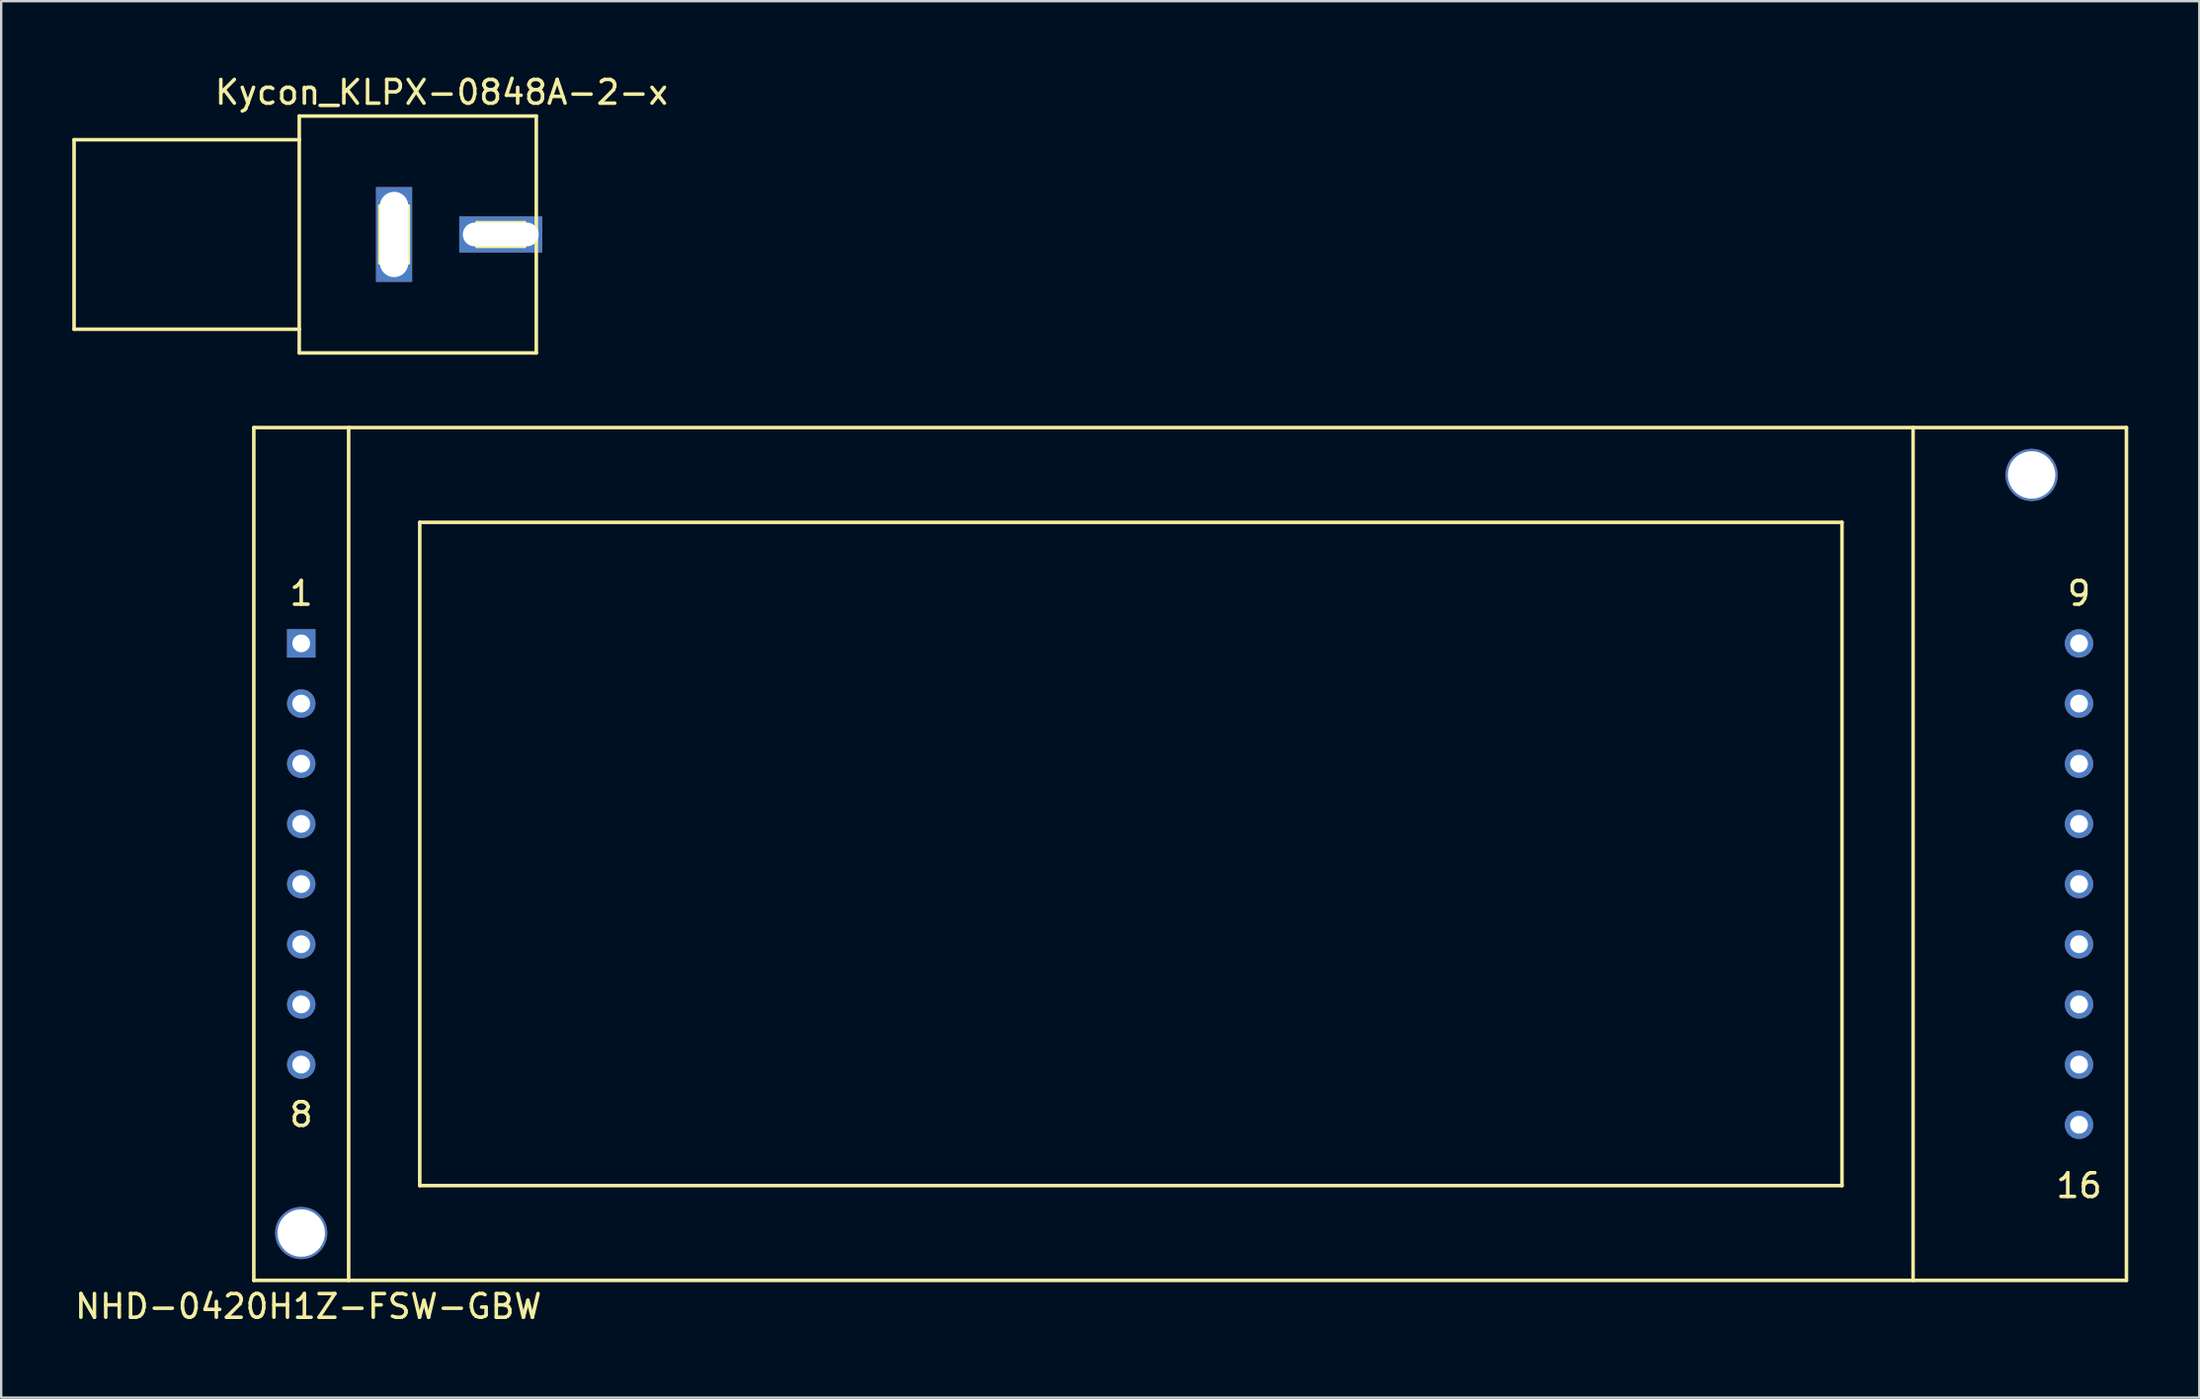
<source format=kicad_pcb>
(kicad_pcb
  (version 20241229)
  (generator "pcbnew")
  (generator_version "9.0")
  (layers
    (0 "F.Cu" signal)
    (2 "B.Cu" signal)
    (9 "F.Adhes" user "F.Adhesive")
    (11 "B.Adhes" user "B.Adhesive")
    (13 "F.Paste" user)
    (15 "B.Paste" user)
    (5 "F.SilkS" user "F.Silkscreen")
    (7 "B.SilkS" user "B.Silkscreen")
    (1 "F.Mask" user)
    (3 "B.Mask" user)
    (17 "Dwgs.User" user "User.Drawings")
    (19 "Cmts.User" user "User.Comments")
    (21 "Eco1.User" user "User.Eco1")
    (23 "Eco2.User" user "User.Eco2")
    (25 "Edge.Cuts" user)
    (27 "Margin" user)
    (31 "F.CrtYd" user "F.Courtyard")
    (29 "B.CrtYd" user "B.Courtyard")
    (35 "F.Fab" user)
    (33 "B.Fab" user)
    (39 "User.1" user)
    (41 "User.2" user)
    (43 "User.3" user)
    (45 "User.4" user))
  (footprint "Kycon_KLPX-0848A-2-x"
    (layer "F.Cu")
    (at 9.575 6.848)
    (property "Reference" "Kycon_KLPX-0848A-2-x" (at 6 -6 180) (layer "F.SilkS") (effects (font (size 1 1) (thickness 0.15))))
    (attr through_hole)
    (fp_line (start -9.5 -4) (end -9.5 4) (stroke (width 0.15) (type solid)) (layer "F.SilkS"))
    (fp_line (start -9.5 4) (end 0 4) (stroke (width 0.15) (type solid)) (layer "F.SilkS"))
    (fp_line (start 0 -5) (end 10 -5) (stroke (width 0.15) (type solid)) (layer "F.SilkS"))
    (fp_line (start 0 -4) (end -9.5 -4) (stroke (width 0.15) (type solid)) (layer "F.SilkS"))
    (fp_line (start 0 -4) (end 0 -5) (stroke (width 0.15) (type solid)) (layer "F.SilkS"))
    (fp_line (start 0 4) (end 0 -4) (stroke (width 0.15) (type solid)) (layer "F.SilkS"))
    (fp_line (start 0 5) (end 0 4) (stroke (width 0.15) (type solid)) (layer "F.SilkS"))
    (fp_line (start 3.4 -1.2) (end 3.4 1.2) (stroke (width 0.15) (type solid)) (layer "F.SilkS"))
    (fp_line (start 3.4 1.2) (end 4.6 1.2) (stroke (width 0.15) (type solid)) (layer "F.SilkS"))
    (fp_line (start 4.6 -1.2) (end 3.4 -1.2) (stroke (width 0.15) (type solid)) (layer "F.SilkS"))
    (fp_line (start 4.6 -1.2) (end 4.6 1.2) (stroke (width 0.15) (type solid)) (layer "F.SilkS"))
    (fp_line (start 7.5 -0.5) (end 7.5 0.5) (stroke (width 0.15) (type solid)) (layer "F.SilkS"))
    (fp_line (start 7.5 0.5) (end 9.5 0.5) (stroke (width 0.15) (type solid)) (layer "F.SilkS"))
    (fp_line (start 9.5 -0.5) (end 7.5 -0.5) (stroke (width 0.15) (type solid)) (layer "F.SilkS"))
    (fp_line (start 9.5 0.5) (end 9.5 -0.5) (stroke (width 0.15) (type solid)) (layer "F.SilkS"))
    (fp_line (start 10 -5) (end 10 5) (stroke (width 0.15) (type solid)) (layer "F.SilkS"))
    (fp_line (start 10 5) (end 0 5) (stroke (width 0.15) (type solid)) (layer "F.SilkS"))
    (pad "1" thru_hole rect (at 8.5 0) (size 3.5 1.524) (drill oval 3.2 1) (layers "*.Cu" "*.Mask"))
    (pad "2" thru_hole rect (at 4 0) (size 1.524 4) (drill oval 1.2 3.6) (layers "*.Cu" "*.Mask")))
  (footprint "NHD-0420H1Z-FSW-GBW"
    (layer "F.Cu")
    (at 7.658 50.998)
    (property "Reference" "NHD-0420H1Z-FSW-GBW" (at 2.3 1.1 0) (layer "F.SilkS") (effects (font (size 1 1) (thickness 0.15))))
    (attr through_hole)
    (fp_line (start 0 -36) (end 79 -36) (stroke (width 0.15) (type solid)) (layer "F.SilkS"))
    (fp_line (start 0 0) (end 0 -36) (stroke (width 0.15) (type solid)) (layer "F.SilkS"))
    (fp_line (start 4 0) (end 4 -36) (stroke (width 0.15) (type solid)) (layer "F.SilkS"))
    (fp_line (start 7 -32) (end 67 -32) (stroke (width 0.15) (type solid)) (layer "F.SilkS"))
    (fp_line (start 7 -4) (end 7 -32) (stroke (width 0.15) (type solid)) (layer "F.SilkS"))
    (fp_line (start 67 -32) (end 67 -4) (stroke (width 0.15) (type solid)) (layer "F.SilkS"))
    (fp_line (start 67 -4) (end 7 -4) (stroke (width 0.15) (type solid)) (layer "F.SilkS"))
    (fp_line (start 70 -36) (end 70 0) (stroke (width 0.15) (type solid)) (layer "F.SilkS"))
    (fp_line (start 79 -36) (end 79 0) (stroke (width 0.15) (type solid)) (layer "F.SilkS"))
    (fp_line (start 79 0) (end 0 0) (stroke (width 0.15) (type solid)) (layer "F.SilkS"))
    (fp_text user "16" (at 77 -4 0) (layer "F.SilkS") (effects (font (size 1 1) (thickness 0.15))))
    (fp_text user "8" (at 2 -7 0) (layer "F.SilkS") (effects (font (size 1 1) (thickness 0.15))))
    (fp_text user "9" (at 77 -29 0) (layer "F.SilkS") (effects (font (size 1 1) (thickness 0.15))))
    (fp_text user "1" (at 2 -29 0) (layer "F.SilkS") (effects (font (size 1 1) (thickness 0.15))))
    (pad "" np_thru_hole circle (at 2 -2) (size 2.2 2.2) (drill 2) (layers "*.Cu" "*.Mask"))
    (pad "" np_thru_hole circle (at 75 -34) (size 2.2 2.2) (drill 2) (layers "*.Cu" "*.Mask"))
    (pad "1" thru_hole rect (at 2 -26.89) (size 1.2 1.2) (drill 0.75) (layers "*.Cu" "*.Mask"))
    (pad "2" thru_hole circle (at 2 -24.35) (size 1.2 1.2) (drill 0.75) (layers "*.Cu" "*.Mask"))
    (pad "3" thru_hole circle (at 2 -21.81) (size 1.2 1.2) (drill 0.75) (layers "*.Cu" "*.Mask"))
    (pad "4" thru_hole circle (at 2 -19.27) (size 1.2 1.2) (drill 0.75) (layers "*.Cu" "*.Mask"))
    (pad "5" thru_hole circle (at 2 -16.73) (size 1.2 1.2) (drill 0.75) (layers "*.Cu" "*.Mask"))
    (pad "6" thru_hole circle (at 2 -14.19) (size 1.2 1.2) (drill 0.75) (layers "*.Cu" "*.Mask"))
    (pad "7" thru_hole circle (at 2 -11.65) (size 1.2 1.2) (drill 0.75) (layers "*.Cu" "*.Mask"))
    (pad "8" thru_hole circle (at 2 -9.11) (size 1.2 1.2) (drill 0.75) (layers "*.Cu" "*.Mask"))
    (pad "9" thru_hole circle (at 77 -26.89) (size 1.2 1.2) (drill 0.75) (layers "*.Cu" "*.Mask"))
    (pad "10" thru_hole circle (at 77 -24.35) (size 1.2 1.2) (drill 0.75) (layers "*.Cu" "*.Mask"))
    (pad "11" thru_hole circle (at 77 -21.81) (size 1.2 1.2) (drill 0.75) (layers "*.Cu" "*.Mask"))
    (pad "12" thru_hole circle (at 77 -19.27) (size 1.2 1.2) (drill 0.75) (layers "*.Cu" "*.Mask"))
    (pad "13" thru_hole circle (at 77 -16.73) (size 1.2 1.2) (drill 0.75) (layers "*.Cu" "*.Mask"))
    (pad "14" thru_hole circle (at 77 -14.19) (size 1.2 1.2) (drill 0.75) (layers "*.Cu" "*.Mask"))
    (pad "15" thru_hole circle (at 77 -11.65) (size 1.2 1.2) (drill 0.75) (layers "*.Cu" "*.Mask"))
    (pad "16" thru_hole circle (at 77 -9.11) (size 1.2 1.2) (drill 0.75) (layers "*.Cu" "*.Mask"))
    (pad "17" thru_hole circle (at 77 -6.57) (size 1.2 1.2) (drill 0.75) (layers "*.Cu" "*.Mask")))
  (gr_rect
    (start -3 -3)
    (end 89.733 55.947)
    (stroke (width 0.1) (type default))
    (fill no)
    (layer "Edge.Cuts")))
</source>
